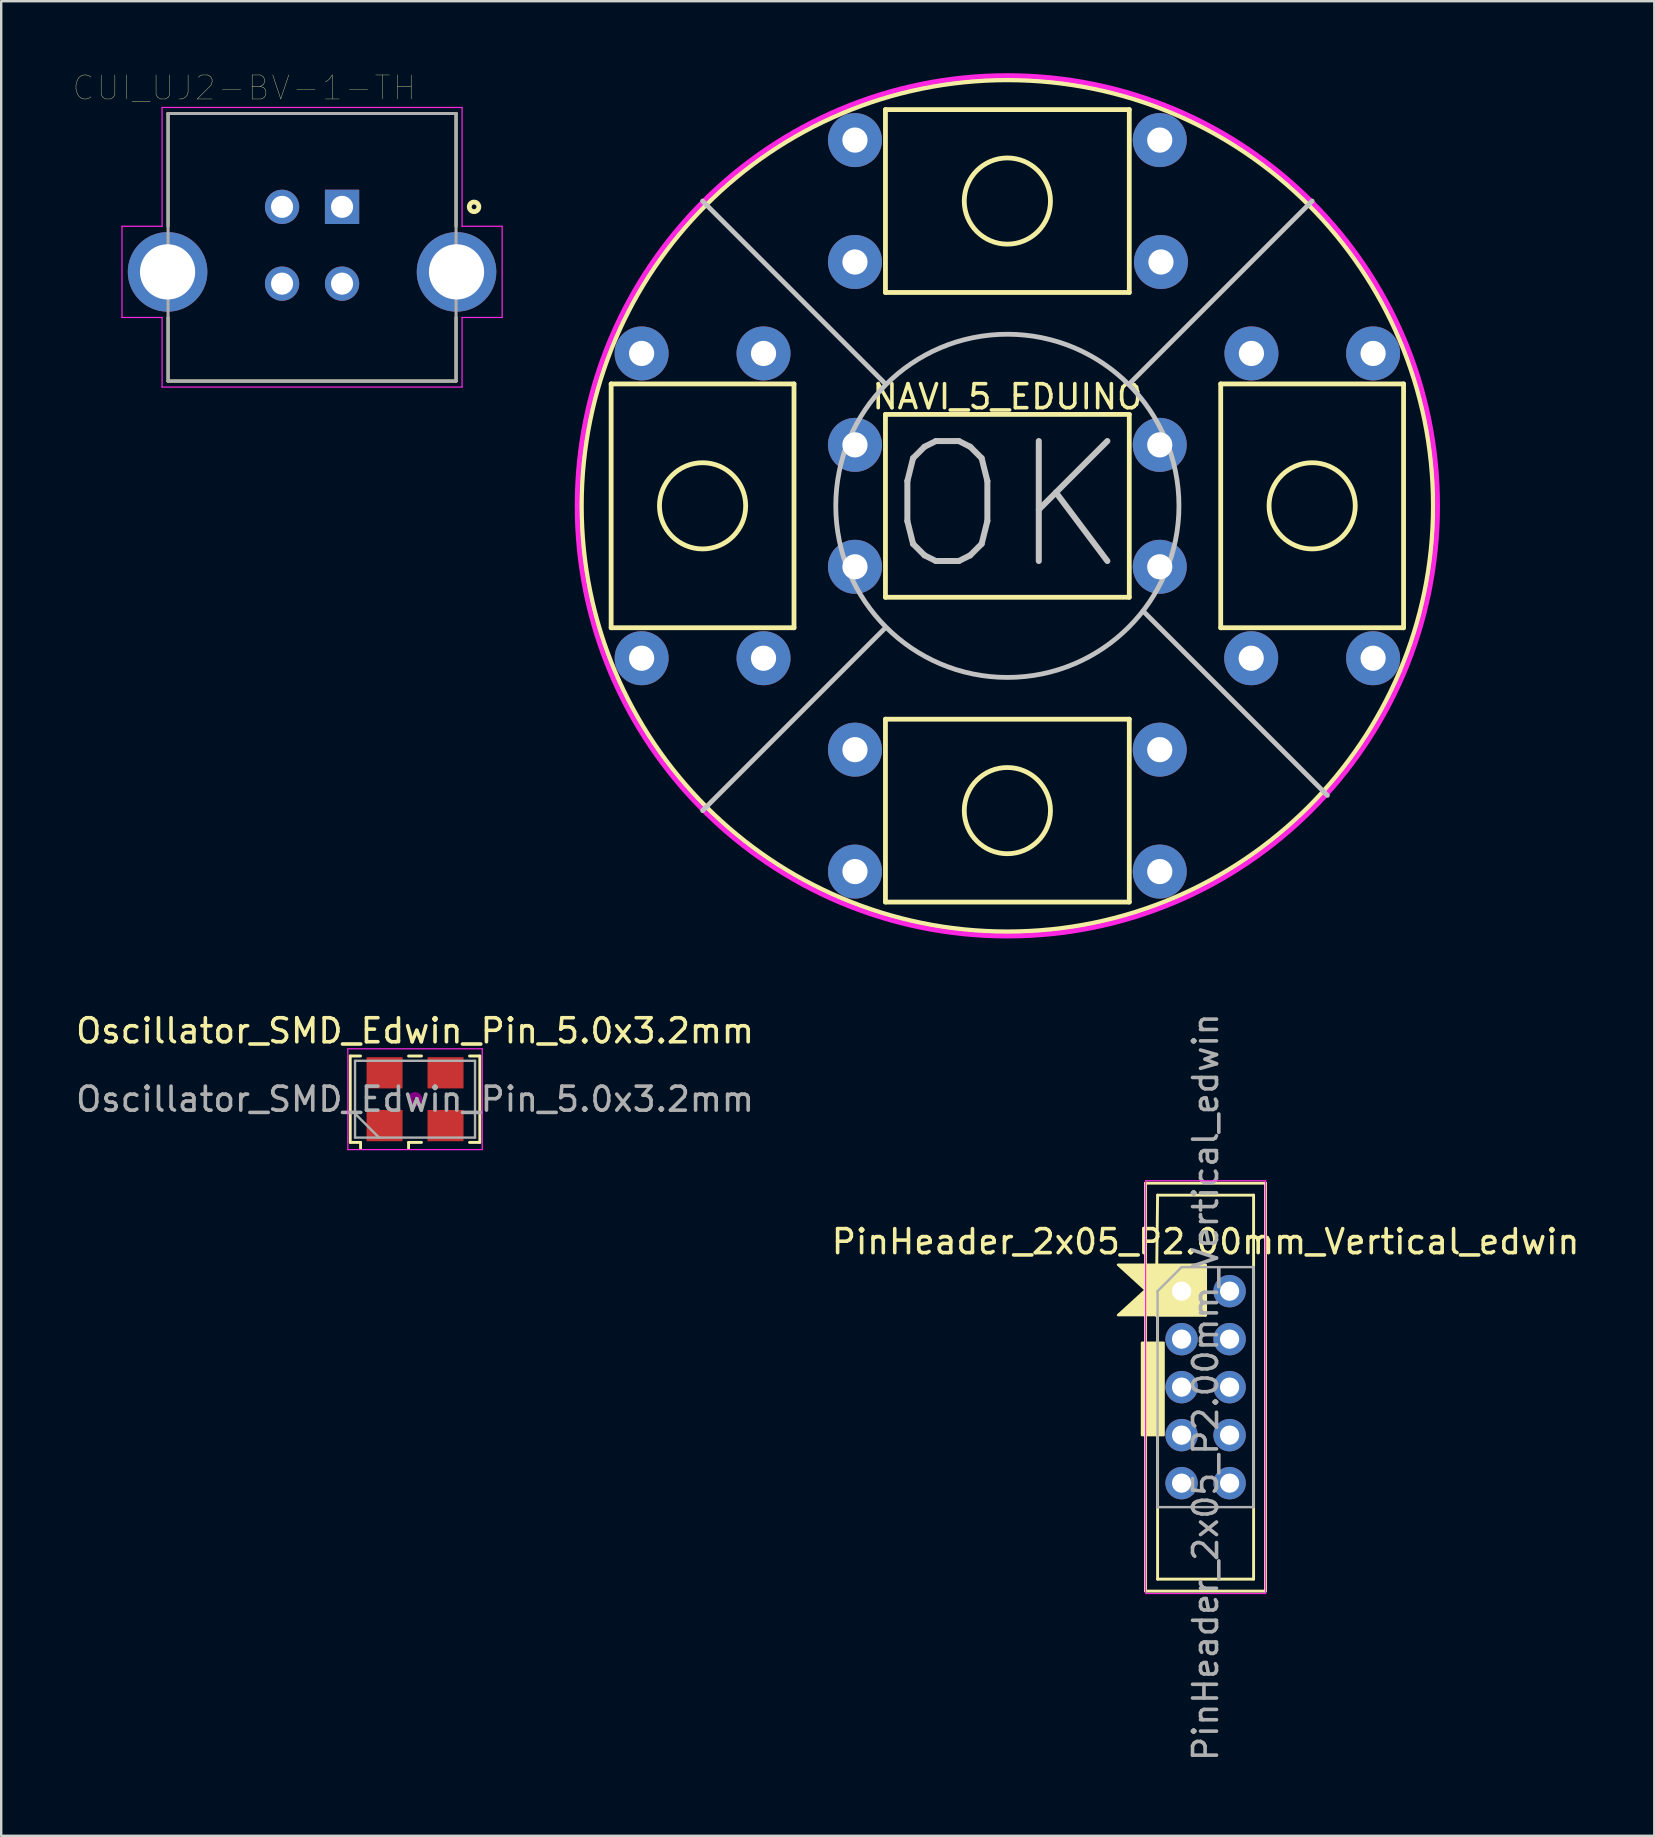
<source format=kicad_pcb>
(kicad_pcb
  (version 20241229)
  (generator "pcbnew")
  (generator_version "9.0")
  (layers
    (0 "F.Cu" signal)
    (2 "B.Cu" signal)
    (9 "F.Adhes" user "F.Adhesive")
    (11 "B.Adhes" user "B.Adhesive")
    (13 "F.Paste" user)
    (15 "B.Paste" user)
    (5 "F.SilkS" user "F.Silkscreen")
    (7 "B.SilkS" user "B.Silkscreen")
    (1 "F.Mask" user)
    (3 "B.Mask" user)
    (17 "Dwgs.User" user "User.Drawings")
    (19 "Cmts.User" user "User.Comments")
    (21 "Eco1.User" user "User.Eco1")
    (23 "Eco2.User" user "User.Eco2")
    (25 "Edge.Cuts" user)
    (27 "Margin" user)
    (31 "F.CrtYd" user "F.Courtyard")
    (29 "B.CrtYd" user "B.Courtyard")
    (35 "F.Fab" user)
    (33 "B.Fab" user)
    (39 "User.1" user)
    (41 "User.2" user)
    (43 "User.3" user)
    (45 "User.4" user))
  (footprint "Oscillator_SMD_Edwin_Pin_5.0x3.2mm"
    (layer "F.Cu")
    (at 14.244 42.752)
    (property "Reference" "Oscillator_SMD_Edwin_Pin_5.0x3.2mm" (at 0 -2.85 0) (layer "F.SilkS") (effects (font (size 1 1) (thickness 0.15))))
    (attr smd)
    (fp_line (start -2.7 -1.8) (end -2.27 -1.8) (stroke (width 0.12) (type solid)) (layer "F.SilkS"))
    (fp_line (start -2.7 1.8) (end -2.7 -1.8) (stroke (width 0.12) (type solid)) (layer "F.SilkS"))
    (fp_line (start -2.27 1.8) (end -2.7 1.8) (stroke (width 0.12) (type solid)) (layer "F.SilkS"))
    (fp_line (start -2.27 2.05) (end -2.27 1.8) (stroke (width 0.12) (type solid)) (layer "F.SilkS"))
    (fp_line (start -0.27 -1.8) (end 0.27 -1.8) (stroke (width 0.12) (type solid)) (layer "F.SilkS"))
    (fp_line (start -0.27 1.8) (end -0.27 2.05) (stroke (width 0.12) (type solid)) (layer "F.SilkS"))
    (fp_line (start 0.27 1.8) (end -0.27 1.8) (stroke (width 0.12) (type solid)) (layer "F.SilkS"))
    (fp_line (start 2.27 -1.8) (end 2.7 -1.8) (stroke (width 0.12) (type solid)) (layer "F.SilkS"))
    (fp_line (start 2.7 -1.8) (end 2.7 1.8) (stroke (width 0.12) (type solid)) (layer "F.SilkS"))
    (fp_line (start 2.7 1.8) (end 2.27 1.8) (stroke (width 0.12) (type solid)) (layer "F.SilkS"))
    (fp_circle (center 0 0) (end 0.058 0) (stroke (width 0.117) (type solid)) (fill no) (layer "F.Adhes"))
    (fp_circle (center 0 0) (end 0.133 0) (stroke (width 0.083) (type solid)) (fill no) (layer "F.Adhes"))
    (fp_circle (center 0 0) (end 0.208 0) (stroke (width 0.083) (type solid)) (fill no) (layer "F.Adhes"))
    (fp_circle (center 0 0) (end 0.25 0) (stroke (width 0.1) (type solid)) (fill no) (layer "F.Adhes"))
    (fp_line (start -2.8 -2.1) (end -2.8 2.1) (stroke (width 0.05) (type solid)) (layer "F.CrtYd"))
    (fp_line (start -2.8 2.1) (end 2.8 2.1) (stroke (width 0.05) (type solid)) (layer "F.CrtYd"))
    (fp_line (start 2.8 -2.1) (end -2.8 -2.1) (stroke (width 0.05) (type solid)) (layer "F.CrtYd"))
    (fp_line (start 2.8 2.1) (end 2.8 -2.1) (stroke (width 0.05) (type solid)) (layer "F.CrtYd"))
    (fp_line (start -2.5 -1.6) (end -2.5 1.6) (stroke (width 0.1) (type solid)) (layer "F.Fab"))
    (fp_line (start -2.5 0.6) (end -1.5 1.6) (stroke (width 0.1) (type solid)) (layer "F.Fab"))
    (fp_line (start -2.5 1.6) (end 2.5 1.6) (stroke (width 0.1) (type solid)) (layer "F.Fab"))
    (fp_line (start 2.5 -1.6) (end -2.5 -1.6) (stroke (width 0.1) (type solid)) (layer "F.Fab"))
    (fp_line (start 2.5 1.6) (end 2.5 -1.6) (stroke (width 0.1) (type solid)) (layer "F.Fab"))
    (fp_text user "${REFERENCE}" (at 0 0 0) (layer "F.Fab") (effects (font (size 1 1) (thickness 0.15))))
    (pad "1" smd rect (at -1.27 1.1) (size 1.5 1.3) (layers "F.Cu" "F.Mask" "F.Paste"))
    (pad "2" smd rect (at 1.27 1.1) (size 1.5 1.3) (layers "F.Cu" "F.Mask" "F.Paste"))
    (pad "3" smd rect (at 1.27 -1.1) (size 1.5 1.3) (layers "F.Cu" "F.Mask" "F.Paste"))
    (pad "4" smd rect (at -1.27 -1.1) (size 1.5 1.3) (layers "F.Cu" "F.Mask" "F.Paste")))
  (footprint "NAVI_5_EDUINO"
    (layer "F.Cu")
    (at 38.925 18.027)
    (property "Reference" "NAVI_5_EDUINO" (at 0 -4.545 0) (layer "F.SilkS") (effects (font (size 1 1) (thickness 0.15))))
    (attr through_hole)
    (fp_line (start -16.51 -5.08) (end -8.89 -5.08) (stroke (width 0.2) (type solid)) (layer "F.SilkS"))
    (fp_line (start -16.51 5.08) (end -16.51 -5.08) (stroke (width 0.2) (type solid)) (layer "F.SilkS"))
    (fp_line (start -8.89 -5.08) (end -8.89 5.08) (stroke (width 0.2) (type solid)) (layer "F.SilkS"))
    (fp_line (start -8.89 5.08) (end -16.51 5.08) (stroke (width 0.2) (type solid)) (layer "F.SilkS"))
    (fp_line (start -5.08 -16.51) (end -5.08 -8.89) (stroke (width 0.2) (type solid)) (layer "F.SilkS"))
    (fp_line (start -5.08 -8.89) (end 5.08 -8.89) (stroke (width 0.2) (type solid)) (layer "F.SilkS"))
    (fp_line (start -5.08 -3.81) (end -5.08 3.81) (stroke (width 0.2) (type solid)) (layer "F.SilkS"))
    (fp_line (start -5.08 3.81) (end 5.08 3.81) (stroke (width 0.2) (type solid)) (layer "F.SilkS"))
    (fp_line (start -5.08 8.89) (end 5.08 8.89) (stroke (width 0.2) (type solid)) (layer "F.SilkS"))
    (fp_line (start -5.08 16.51) (end -5.08 8.89) (stroke (width 0.2) (type solid)) (layer "F.SilkS"))
    (fp_line (start 5.08 -16.51) (end -5.08 -16.51) (stroke (width 0.2) (type solid)) (layer "F.SilkS"))
    (fp_line (start 5.08 -8.89) (end 5.08 -16.51) (stroke (width 0.2) (type solid)) (layer "F.SilkS"))
    (fp_line (start 5.08 -3.81) (end -5.08 -3.81) (stroke (width 0.2) (type solid)) (layer "F.SilkS"))
    (fp_line (start 5.08 3.81) (end 5.08 -3.81) (stroke (width 0.2) (type solid)) (layer "F.SilkS"))
    (fp_line (start 5.08 8.89) (end 5.08 16.51) (stroke (width 0.2) (type solid)) (layer "F.SilkS"))
    (fp_line (start 5.08 16.51) (end -5.08 16.51) (stroke (width 0.2) (type solid)) (layer "F.SilkS"))
    (fp_line (start 8.89 -5.08) (end 8.89 5.08) (stroke (width 0.2) (type solid)) (layer "F.SilkS"))
    (fp_line (start 8.89 5.08) (end 16.51 5.08) (stroke (width 0.2) (type solid)) (layer "F.SilkS"))
    (fp_line (start 16.51 -5.08) (end 8.89 -5.08) (stroke (width 0.2) (type solid)) (layer "F.SilkS"))
    (fp_line (start 16.51 5.08) (end 16.51 -5.08) (stroke (width 0.2) (type solid)) (layer "F.SilkS"))
    (fp_circle (center -12.7 0) (end -11.43 1.27) (stroke (width 0.2) (type solid)) (fill no) (layer "F.SilkS"))
    (fp_circle (center 0 -12.7) (end 1.27 -11.43) (stroke (width 0.2) (type solid)) (fill no) (layer "F.SilkS"))
    (fp_circle (center 0 0) (end 17.75 0) (stroke (width 0.2) (type solid)) (fill no) (layer "F.SilkS"))
    (fp_circle (center 0 12.7) (end 1.27 13.97) (stroke (width 0.2) (type solid)) (fill no) (layer "F.SilkS"))
    (fp_circle (center 12.7 0) (end 13.97 1.27) (stroke (width 0.2) (type solid)) (fill no) (layer "F.SilkS"))
    (fp_line (start -5.08 -5.08) (end -12.7 -12.7) (stroke (width 0.2) (type solid)) (layer "Dwgs.User"))
    (fp_line (start -5.08 5.08) (end -12.7 12.7) (stroke (width 0.2) (type solid)) (layer "Dwgs.User"))
    (fp_line (start 5.08 -5.08) (end 12.7 -12.7) (stroke (width 0.2) (type solid)) (layer "Dwgs.User"))
    (fp_line (start 5.715 4.445) (end 13.335 12.065) (stroke (width 0.2) (type solid)) (layer "Dwgs.User"))
    (fp_circle (center 0 0) (end 7.15 0) (stroke (width 0.2) (type solid)) (fill no) (layer "Dwgs.User"))
    (fp_circle (center 0 0) (end 16.51 6.985) (stroke (width 0.2) (type solid)) (fill no) (layer "F.CrtYd"))
    (fp_text user "OK" (at 0 0 0) (layer "Dwgs.User") (effects (font (size 5 5) (thickness 0.25))))
    (pad "1" thru_hole circle (at -6.35 -2.54) (size 2.25 2.25) (drill 1.05) (layers "*.Cu" "*.Mask"))
    (pad "1" thru_hole circle (at 6.35 -2.54) (size 2.25 2.25) (drill 1.05) (layers "*.Cu" "*.Mask"))
    (pad "2" thru_hole circle (at -6.35 2.54) (size 2.25 2.25) (drill 1.05) (layers "*.Cu" "*.Mask"))
    (pad "2" thru_hole circle (at 6.35 2.54) (size 2.25 2.25) (drill 1.05) (layers "*.Cu" "*.Mask"))
    (pad "3" thru_hole circle (at -6.35 -15.24) (size 2.25 2.25) (drill 1.05) (layers "*.Cu" "*.Mask"))
    (pad "3" thru_hole circle (at 6.35 -15.24) (size 2.25 2.25) (drill 1.05) (layers "*.Cu" "*.Mask"))
    (pad "4" thru_hole circle (at -6.35 -10.16) (size 2.25 2.25) (drill 1.05) (layers "*.Cu" "*.Mask"))
    (pad "4" thru_hole circle (at 6.4 -10.16) (size 2.25 2.25) (drill 1.05) (layers "*.Cu" "*.Mask"))
    (pad "5" thru_hole circle (at -6.35 10.16) (size 2.25 2.25) (drill 1.05) (layers "*.Cu" "*.Mask"))
    (pad "5" thru_hole circle (at 6.35 10.16) (size 2.25 2.25) (drill 1.05) (layers "*.Cu" "*.Mask"))
    (pad "6" thru_hole circle (at -6.35 15.24) (size 2.25 2.25) (drill 1.05) (layers "*.Cu" "*.Mask"))
    (pad "6" thru_hole circle (at 6.35 15.24) (size 2.25 2.25) (drill 1.05) (layers "*.Cu" "*.Mask"))
    (pad "7" thru_hole circle (at -10.16 -6.35) (size 2.25 2.25) (drill 1.05) (layers "*.Cu" "*.Mask"))
    (pad "7" thru_hole circle (at -10.16 6.35) (size 2.25 2.25) (drill 1.05) (layers "*.Cu" "*.Mask"))
    (pad "8" thru_hole circle (at -15.24 -6.35) (size 2.25 2.25) (drill 1.05) (layers "*.Cu" "*.Mask"))
    (pad "8" thru_hole circle (at -15.24 6.35) (size 2.25 2.25) (drill 1.05) (layers "*.Cu" "*.Mask"))
    (pad "9" thru_hole circle (at 15.24 -6.35) (size 2.25 2.25) (drill 1.05) (layers "*.Cu" "*.Mask"))
    (pad "9" thru_hole circle (at 15.24 6.35) (size 2.25 2.25) (drill 1.05) (layers "*.Cu" "*.Mask"))
    (pad "10" thru_hole circle (at 10.16 6.35) (size 2.25 2.25) (drill 1.05) (layers "*.Cu" "*.Mask"))
    (pad "10" thru_hole circle (at 10.17 -6.35) (size 2.25 2.25) (drill 1.05) (layers "*.Cu" "*.Mask")))
  (footprint "PinHeader_2x05_P2.00mm_Vertical_edwin"
    (layer "F.Cu")
    (at 47.185 54.75)
    (property "Reference" "PinHeader_2x05_P2.00mm_Vertical_edwin" (at 0 -6.06 0) (layer "F.SilkS") (effects (font (size 1 1) (thickness 0.15))))
    (attr through_hole)
    (fp_line (start -2.5 -8.5) (end -2.5 8.5) (stroke (width 0.12) (type solid)) (layer "F.SilkS"))
    (fp_line (start -2.5 -8.5) (end 2.5 -8.5) (stroke (width 0.12) (type solid)) (layer "F.SilkS"))
    (fp_line (start -2.5 1.5) (end -2.5 -1.5) (stroke (width 0.12) (type solid)) (layer "F.SilkS"))
    (fp_line (start -2.5 8.5) (end 2.5 8.5) (stroke (width 0.12) (type solid)) (layer "F.SilkS"))
    (fp_line (start -2.06 -5.06) (end -1 -5.06) (stroke (width 0.12) (type solid)) (layer "F.SilkS"))
    (fp_line (start -2.06 -4) (end -2.06 -5.06) (stroke (width 0.12) (type solid)) (layer "F.SilkS"))
    (fp_line (start -2.06 -3) (end -2 -8) (stroke (width 0.12) (type solid)) (layer "F.SilkS"))
    (fp_line (start -2.06 -3) (end 0 -3) (stroke (width 0.12) (type solid)) (layer "F.SilkS"))
    (fp_line (start -2 -8) (end 2 -8) (stroke (width 0.12) (type solid)) (layer "F.SilkS"))
    (fp_line (start -2 -1.85) (end -2 -3.2) (stroke (width 0.12) (type solid)) (layer "F.SilkS"))
    (fp_line (start -2 8) (end -2 2) (stroke (width 0.12) (type solid)) (layer "F.SilkS"))
    (fp_line (start 0 -3) (end 0 -5.06) (stroke (width 0.12) (type solid)) (layer "F.SilkS"))
    (fp_line (start 2 -8) (end 2 8) (stroke (width 0.12) (type solid)) (layer "F.SilkS"))
    (fp_line (start 2 8) (end -2 8) (stroke (width 0.12) (type solid)) (layer "F.SilkS"))
    (fp_line (start 2.5 -8.5) (end 2.5 8.5) (stroke (width 0.12) (type solid)) (layer "F.SilkS"))
    (fp_poly (pts (xy -1.75 2) (xy -2.65 2) (xy -2.65 -1.85) (xy -1.75 -1.85)) (stroke (width 0.1) (type solid)) (fill yes) (layer "F.SilkS"))
    (fp_poly (pts (xy 0 -3) (xy -3.65 -3) (xy -2.5 -4.05) (xy -3.65 -5.1) (xy -2.35 -5.1) (xy 0 -5.1)) (stroke (width 0.1) (type solid)) (fill yes) (layer "F.SilkS"))
    (fp_line (start -2.5 -8.6) (end -2.5 8.6) (stroke (width 0.05) (type solid)) (layer "F.CrtYd"))
    (fp_line (start -2.5 8.6) (end 2.5 8.6) (stroke (width 0.05) (type solid)) (layer "F.CrtYd"))
    (fp_line (start 2.5 -8.6) (end -2.5 -8.6) (stroke (width 0.05) (type solid)) (layer "F.CrtYd"))
    (fp_line (start 2.5 8.6) (end 2.5 -8.6) (stroke (width 0.05) (type solid)) (layer "F.CrtYd"))
    (fp_line (start -2 -4) (end -1 -5) (stroke (width 0.1) (type solid)) (layer "F.Fab"))
    (fp_line (start -2 5) (end -2 -4) (stroke (width 0.1) (type solid)) (layer "F.Fab"))
    (fp_line (start -1 -5) (end 2 -5) (stroke (width 0.1) (type solid)) (layer "F.Fab"))
    (fp_line (start 2 -5) (end 2 5) (stroke (width 0.1) (type solid)) (layer "F.Fab"))
    (fp_line (start 2 5) (end -2 5) (stroke (width 0.1) (type solid)) (layer "F.Fab"))
    (fp_text user "${REFERENCE}" (at 0 0 90) (layer "F.Fab") (effects (font (size 1 1) (thickness 0.15))))
    (pad "1" thru_hole rect (at -1 -4) (size 1.35 1.35) (drill 0.8) (layers "*.Cu" "*.Mask"))
    (pad "2" thru_hole oval (at 1 -4) (size 1.35 1.35) (drill 0.8) (layers "*.Cu" "*.Mask"))
    (pad "3" thru_hole oval (at -1 -2) (size 1.35 1.35) (drill 0.8) (layers "*.Cu" "*.Mask"))
    (pad "4" thru_hole oval (at 1 -2) (size 1.35 1.35) (drill 0.8) (layers "*.Cu" "*.Mask"))
    (pad "5" thru_hole oval (at -1 0) (size 1.35 1.35) (drill 0.8) (layers "*.Cu" "*.Mask"))
    (pad "6" thru_hole oval (at 1 0) (size 1.35 1.35) (drill 0.8) (layers "*.Cu" "*.Mask"))
    (pad "7" thru_hole oval (at -1 2) (size 1.35 1.35) (drill 0.8) (layers "*.Cu" "*.Mask"))
    (pad "8" thru_hole oval (at 1 2) (size 1.35 1.35) (drill 0.8) (layers "*.Cu" "*.Mask"))
    (pad "9" thru_hole oval (at -1 4) (size 1.35 1.35) (drill 0.8) (layers "*.Cu" "*.Mask"))
    (pad "10" thru_hole oval (at 1 4) (size 1.35 1.35) (drill 0.8) (layers "*.Cu" "*.Mask")))
  (footprint "CUI_UJ2-BV-1-TH"
    (layer "F.Cu")
    (at 11.203 5.569)
    (property "Reference" "CUI_UJ2-BV-1-TH" (at -4.08 -4.957 0) (layer "F.SilkS") (effects (font (size 1.001 1.001) (thickness 0.015))))
    (attr through_hole)
    (fp_line (start -7.25 -3.89) (end 4.75 -3.89) (stroke (width 0.127) (type solid)) (layer "F.SilkS"))
    (fp_line (start -7.25 0.81) (end -7.25 -3.89) (stroke (width 0.127) (type solid)) (layer "F.SilkS"))
    (fp_line (start -7.25 4.61) (end -7.25 7.26) (stroke (width 0.127) (type solid)) (layer "F.SilkS"))
    (fp_line (start -7.25 7.26) (end 4.75 7.26) (stroke (width 0.127) (type solid)) (layer "F.SilkS"))
    (fp_line (start 4.75 -3.89) (end 4.75 0.81) (stroke (width 0.127) (type solid)) (layer "F.SilkS"))
    (fp_line (start 4.75 7.26) (end 4.75 4.61) (stroke (width 0.127) (type solid)) (layer "F.SilkS"))
    (fp_circle (center 5.5 0) (end 5.7 0) (stroke (width 0.2) (type solid)) (fill no) (layer "F.SilkS"))
    (fp_line (start -9.17 0.81) (end -7.5 0.81) (stroke (width 0.05) (type solid)) (layer "F.CrtYd"))
    (fp_line (start -9.17 4.61) (end -9.17 0.81) (stroke (width 0.05) (type solid)) (layer "F.CrtYd"))
    (fp_line (start -7.5 -4.14) (end 5 -4.14) (stroke (width 0.05) (type solid)) (layer "F.CrtYd"))
    (fp_line (start -7.5 0.81) (end -7.5 -4.14) (stroke (width 0.05) (type solid)) (layer "F.CrtYd"))
    (fp_line (start -7.5 4.61) (end -9.17 4.61) (stroke (width 0.05) (type solid)) (layer "F.CrtYd"))
    (fp_line (start -7.5 7.51) (end -7.5 4.61) (stroke (width 0.05) (type solid)) (layer "F.CrtYd"))
    (fp_line (start 5 -4.14) (end 5 0.81) (stroke (width 0.05) (type solid)) (layer "F.CrtYd"))
    (fp_line (start 5 0.81) (end 6.67 0.81) (stroke (width 0.05) (type solid)) (layer "F.CrtYd"))
    (fp_line (start 5 4.61) (end 5 7.51) (stroke (width 0.05) (type solid)) (layer "F.CrtYd"))
    (fp_line (start 5 7.51) (end -7.5 7.51) (stroke (width 0.05) (type solid)) (layer "F.CrtYd"))
    (fp_line (start 6.67 0.81) (end 6.67 4.61) (stroke (width 0.05) (type solid)) (layer "F.CrtYd"))
    (fp_line (start 6.67 4.61) (end 5 4.61) (stroke (width 0.05) (type solid)) (layer "F.CrtYd"))
    (fp_line (start -7.25 -3.89) (end 4.75 -3.89) (stroke (width 0.127) (type solid)) (layer "F.Fab"))
    (fp_line (start -7.25 7.26) (end -7.25 -3.89) (stroke (width 0.127) (type solid)) (layer "F.Fab"))
    (fp_line (start 4.75 -3.89) (end 4.75 7.26) (stroke (width 0.127) (type solid)) (layer "F.Fab"))
    (fp_line (start 4.75 7.26) (end -7.25 7.26) (stroke (width 0.127) (type solid)) (layer "F.Fab"))
    (fp_circle (center 0 0) (end 0.15 0) (stroke (width 0.3) (type solid)) (fill no) (layer "F.Fab"))
    (pad "1" thru_hole rect (at 0 0) (size 1.428 1.428) (drill 0.92) (layers "*.Cu" "*.Mask"))
    (pad "2" thru_hole circle (at -2.5 0) (size 1.428 1.428) (drill 0.92) (layers "*.Cu" "*.Mask"))
    (pad "3" thru_hole circle (at -2.5 3.2) (size 1.428 1.428) (drill 0.92) (layers "*.Cu" "*.Mask"))
    (pad "4" thru_hole circle (at 0 3.2) (size 1.428 1.428) (drill 0.92) (layers "*.Cu" "*.Mask"))
    (pad "5" thru_hole circle (at -7.27 2.71) (size 3.316 3.316) (drill 2.3) (layers "*.Cu" "*.Mask"))
    (pad "5" thru_hole circle (at 4.77 2.71) (size 3.316 3.316) (drill 2.3) (layers "*.Cu" "*.Mask")))
  (gr_rect
    (start -3 -3)
    (end 65.881 73.446)
    (stroke (width 0.1) (type default))
    (fill no)
    (layer "Edge.Cuts")))
</source>
